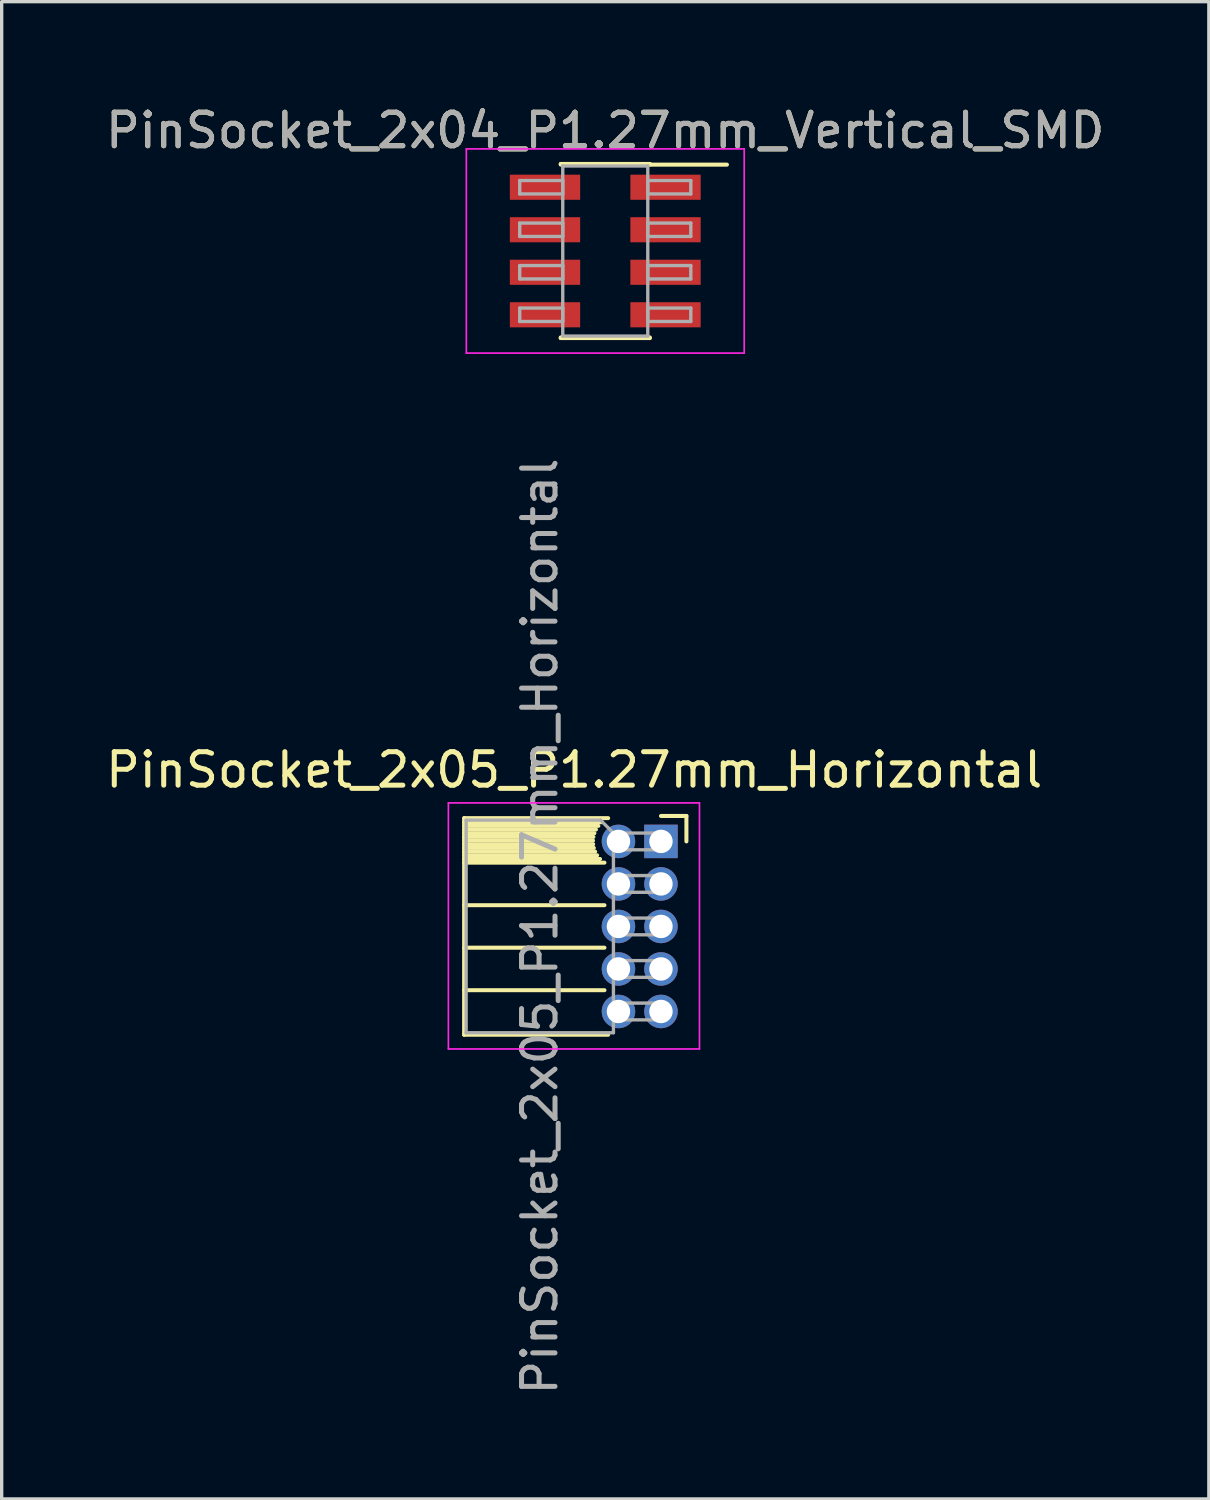
<source format=kicad_pcb>
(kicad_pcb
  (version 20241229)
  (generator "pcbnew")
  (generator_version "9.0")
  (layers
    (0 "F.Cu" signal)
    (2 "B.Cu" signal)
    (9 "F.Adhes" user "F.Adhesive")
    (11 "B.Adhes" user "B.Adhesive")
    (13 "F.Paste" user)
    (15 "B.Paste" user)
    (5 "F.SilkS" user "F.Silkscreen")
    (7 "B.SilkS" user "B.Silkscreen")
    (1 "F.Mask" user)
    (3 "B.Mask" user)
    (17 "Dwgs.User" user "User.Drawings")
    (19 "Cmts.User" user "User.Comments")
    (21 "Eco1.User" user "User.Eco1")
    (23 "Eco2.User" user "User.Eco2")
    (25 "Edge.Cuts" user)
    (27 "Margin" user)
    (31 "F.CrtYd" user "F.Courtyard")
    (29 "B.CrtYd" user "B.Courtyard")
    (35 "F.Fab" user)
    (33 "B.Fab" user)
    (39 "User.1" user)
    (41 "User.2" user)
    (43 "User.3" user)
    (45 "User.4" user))
  (footprint "PinSocket_2x04_P1.27mm_Vertical_SMD"
    (layer "F.Cu")
    (at 15.03 4.448)
    (property "Reference" "PinSocket_2x04_P1.27mm_Vertical_SMD" (at 0 -3.6 0) (layer "F.SilkS") (effects (font (size 1 1) (thickness 0.15))))
    (attr smd)
    (fp_line (start -1.33 -2.6) (end 1.33 -2.6) (stroke (width 0.12) (type solid)) (layer "F.SilkS"))
    (fp_line (start -1.33 -2.58) (end -1.33 -2.6) (stroke (width 0.12) (type solid)) (layer "F.SilkS"))
    (fp_line (start -1.33 2.58) (end -1.33 2.6) (stroke (width 0.12) (type solid)) (layer "F.SilkS"))
    (fp_line (start -1.33 2.6) (end 1.33 2.6) (stroke (width 0.12) (type solid)) (layer "F.SilkS"))
    (fp_line (start 1.33 -2.6) (end 1.33 -2.58) (stroke (width 0.12) (type solid)) (layer "F.SilkS"))
    (fp_line (start 1.33 2.6) (end 1.33 2.58) (stroke (width 0.12) (type solid)) (layer "F.SilkS"))
    (fp_line (start 3.635 -2.58) (end 1.33 -2.58) (stroke (width 0.12) (type solid)) (layer "F.SilkS"))
    (fp_line (start -4.15 -3.05) (end -4.15 3.05) (stroke (width 0.05) (type solid)) (layer "F.CrtYd"))
    (fp_line (start -4.15 3.05) (end 4.15 3.05) (stroke (width 0.05) (type solid)) (layer "F.CrtYd"))
    (fp_line (start 4.15 -3.05) (end -4.15 -3.05) (stroke (width 0.05) (type solid)) (layer "F.CrtYd"))
    (fp_line (start 4.15 3.05) (end 4.15 -3.05) (stroke (width 0.05) (type solid)) (layer "F.CrtYd"))
    (fp_line (start -2.555 -2.105) (end -1.27 -2.105) (stroke (width 0.1) (type solid)) (layer "F.Fab"))
    (fp_line (start -2.555 -1.705) (end -2.555 -2.105) (stroke (width 0.1) (type solid)) (layer "F.Fab"))
    (fp_line (start -2.555 -0.835) (end -1.27 -0.835) (stroke (width 0.1) (type solid)) (layer "F.Fab"))
    (fp_line (start -2.555 -0.435) (end -2.555 -0.835) (stroke (width 0.1) (type solid)) (layer "F.Fab"))
    (fp_line (start -2.555 0.435) (end -1.27 0.435) (stroke (width 0.1) (type solid)) (layer "F.Fab"))
    (fp_line (start -2.555 0.835) (end -2.555 0.435) (stroke (width 0.1) (type solid)) (layer "F.Fab"))
    (fp_line (start -2.555 1.705) (end -1.27 1.705) (stroke (width 0.1) (type solid)) (layer "F.Fab"))
    (fp_line (start -2.555 2.105) (end -2.555 1.705) (stroke (width 0.1) (type solid)) (layer "F.Fab"))
    (fp_line (start -1.27 -2.54) (end -1.27 2.54) (stroke (width 0.1) (type solid)) (layer "F.Fab"))
    (fp_line (start -1.27 -2.105) (end -1.27 -1.705) (stroke (width 0.1) (type solid)) (layer "F.Fab"))
    (fp_line (start -1.27 -1.705) (end -2.555 -1.705) (stroke (width 0.1) (type solid)) (layer "F.Fab"))
    (fp_line (start -1.27 -0.835) (end -1.27 -0.435) (stroke (width 0.1) (type solid)) (layer "F.Fab"))
    (fp_line (start -1.27 -0.435) (end -2.555 -0.435) (stroke (width 0.1) (type solid)) (layer "F.Fab"))
    (fp_line (start -1.27 0.435) (end -1.27 0.835) (stroke (width 0.1) (type solid)) (layer "F.Fab"))
    (fp_line (start -1.27 0.835) (end -2.555 0.835) (stroke (width 0.1) (type solid)) (layer "F.Fab"))
    (fp_line (start -1.27 1.705) (end -1.27 2.105) (stroke (width 0.1) (type solid)) (layer "F.Fab"))
    (fp_line (start -1.27 2.105) (end -2.555 2.105) (stroke (width 0.1) (type solid)) (layer "F.Fab"))
    (fp_line (start -1.27 2.54) (end 1.27 2.54) (stroke (width 0.1) (type solid)) (layer "F.Fab"))
    (fp_line (start 1.27 -2.54) (end -1.27 -2.54) (stroke (width 0.1) (type solid)) (layer "F.Fab"))
    (fp_line (start 1.27 -2.105) (end 1.27 -1.705) (stroke (width 0.1) (type solid)) (layer "F.Fab"))
    (fp_line (start 1.27 -1.705) (end 2.555 -1.705) (stroke (width 0.1) (type solid)) (layer "F.Fab"))
    (fp_line (start 1.27 -0.835) (end 1.27 -0.435) (stroke (width 0.1) (type solid)) (layer "F.Fab"))
    (fp_line (start 1.27 -0.435) (end 2.555 -0.435) (stroke (width 0.1) (type solid)) (layer "F.Fab"))
    (fp_line (start 1.27 0.435) (end 1.27 0.835) (stroke (width 0.1) (type solid)) (layer "F.Fab"))
    (fp_line (start 1.27 0.835) (end 2.555 0.835) (stroke (width 0.1) (type solid)) (layer "F.Fab"))
    (fp_line (start 1.27 1.705) (end 1.27 2.105) (stroke (width 0.1) (type solid)) (layer "F.Fab"))
    (fp_line (start 1.27 2.105) (end 2.555 2.105) (stroke (width 0.1) (type solid)) (layer "F.Fab"))
    (fp_line (start 1.27 2.54) (end 1.27 -2.54) (stroke (width 0.1) (type solid)) (layer "F.Fab"))
    (fp_line (start 2.555 -2.105) (end 1.27 -2.105) (stroke (width 0.1) (type solid)) (layer "F.Fab"))
    (fp_line (start 2.555 -1.705) (end 2.555 -2.105) (stroke (width 0.1) (type solid)) (layer "F.Fab"))
    (fp_line (start 2.555 -0.835) (end 1.27 -0.835) (stroke (width 0.1) (type solid)) (layer "F.Fab"))
    (fp_line (start 2.555 -0.435) (end 2.555 -0.835) (stroke (width 0.1) (type solid)) (layer "F.Fab"))
    (fp_line (start 2.555 0.435) (end 1.27 0.435) (stroke (width 0.1) (type solid)) (layer "F.Fab"))
    (fp_line (start 2.555 0.835) (end 2.555 0.435) (stroke (width 0.1) (type solid)) (layer "F.Fab"))
    (fp_line (start 2.555 1.705) (end 1.27 1.705) (stroke (width 0.1) (type solid)) (layer "F.Fab"))
    (fp_line (start 2.555 2.105) (end 2.555 1.705) (stroke (width 0.1) (type solid)) (layer "F.Fab"))
    (fp_text user "${REFERENCE}" (at 0 -3.6 0) (layer "F.Fab") (effects (font (size 1 1) (thickness 0.15))))
    (pad "1" smd rect (at 1.8 -1.905) (size 2.1 0.75) (layers "F.Cu" "F.Mask" "F.Paste"))
    (pad "2" smd rect (at -1.8 -1.905) (size 2.1 0.75) (layers "F.Cu" "F.Mask" "F.Paste"))
    (pad "3" smd rect (at 1.8 -0.635) (size 2.1 0.75) (layers "F.Cu" "F.Mask" "F.Paste"))
    (pad "4" smd rect (at -1.8 -0.635) (size 2.1 0.75) (layers "F.Cu" "F.Mask" "F.Paste"))
    (pad "5" smd rect (at 1.8 0.635) (size 2.1 0.75) (layers "F.Cu" "F.Mask" "F.Paste"))
    (pad "6" smd rect (at -1.8 0.635) (size 2.1 0.75) (layers "F.Cu" "F.Mask" "F.Paste"))
    (pad "7" smd rect (at 1.8 1.905) (size 2.1 0.75) (layers "F.Cu" "F.Mask" "F.Paste"))
    (pad "8" smd rect (at -1.8 1.905) (size 2.1 0.75) (layers "F.Cu" "F.Mask" "F.Paste")))
  (footprint "PinSocket_2x05_P1.27mm_Horizontal"
    (layer "F.Cu")
    (at 16.694 22.084)
    (property "Reference" "PinSocket_2x05_P1.27mm_Horizontal" (at -2.592 -2.135 0) (layer "F.SilkS") (effects (font (size 1 1) (thickness 0.15))))
    (attr through_hole)
    (fp_line (start -5.88 -0.695) (end -5.88 5.775) (stroke (width 0.12) (type solid)) (layer "F.SilkS"))
    (fp_line (start -5.88 -0.695) (end -1.578 -0.695) (stroke (width 0.12) (type solid)) (layer "F.SilkS"))
    (fp_line (start -5.88 -0.575) (end -1.767 -0.575) (stroke (width 0.12) (type solid)) (layer "F.SilkS"))
    (fp_line (start -5.88 -0.465) (end -1.871 -0.465) (stroke (width 0.12) (type solid)) (layer "F.SilkS"))
    (fp_line (start -5.88 -0.355) (end -1.942 -0.355) (stroke (width 0.12) (type solid)) (layer "F.SilkS"))
    (fp_line (start -5.88 -0.245) (end -1.989 -0.245) (stroke (width 0.12) (type solid)) (layer "F.SilkS"))
    (fp_line (start -5.88 -0.135) (end -2.018 -0.135) (stroke (width 0.12) (type solid)) (layer "F.SilkS"))
    (fp_line (start -5.88 -0.025) (end -2.03 -0.025) (stroke (width 0.12) (type solid)) (layer "F.SilkS"))
    (fp_line (start -5.88 0.085) (end -2.025 0.085) (stroke (width 0.12) (type solid)) (layer "F.SilkS"))
    (fp_line (start -5.88 0.195) (end -2.005 0.195) (stroke (width 0.12) (type solid)) (layer "F.SilkS"))
    (fp_line (start -5.88 0.305) (end -1.966 0.305) (stroke (width 0.12) (type solid)) (layer "F.SilkS"))
    (fp_line (start -5.88 0.415) (end -1.907 0.415) (stroke (width 0.12) (type solid)) (layer "F.SilkS"))
    (fp_line (start -5.88 0.525) (end -1.82 0.525) (stroke (width 0.12) (type solid)) (layer "F.SilkS"))
    (fp_line (start -5.88 0.635) (end -1.688 0.635) (stroke (width 0.12) (type solid)) (layer "F.SilkS"))
    (fp_line (start -5.88 1.905) (end -1.688 1.905) (stroke (width 0.12) (type solid)) (layer "F.SilkS"))
    (fp_line (start -5.88 3.175) (end -1.688 3.175) (stroke (width 0.12) (type solid)) (layer "F.SilkS"))
    (fp_line (start -5.88 4.445) (end -1.688 4.445) (stroke (width 0.12) (type solid)) (layer "F.SilkS"))
    (fp_line (start -5.88 5.775) (end -1.578 5.775) (stroke (width 0.12) (type solid)) (layer "F.SilkS"))
    (fp_line (start 0 -0.76) (end 0.76 -0.76) (stroke (width 0.12) (type solid)) (layer "F.SilkS"))
    (fp_line (start 0.76 -0.76) (end 0.76 0) (stroke (width 0.12) (type solid)) (layer "F.SilkS"))
    (fp_line (start -6.35 -1.15) (end -6.35 6.2) (stroke (width 0.05) (type solid)) (layer "F.CrtYd"))
    (fp_line (start -6.35 6.2) (end 1.15 6.2) (stroke (width 0.05) (type solid)) (layer "F.CrtYd"))
    (fp_line (start 1.15 -1.15) (end -6.35 -1.15) (stroke (width 0.05) (type solid)) (layer "F.CrtYd"))
    (fp_line (start 1.15 6.2) (end 1.15 -1.15) (stroke (width 0.05) (type solid)) (layer "F.CrtYd"))
    (fp_line (start -5.82 -0.635) (end -1.805 -0.635) (stroke (width 0.1) (type solid)) (layer "F.Fab"))
    (fp_line (start -5.82 5.715) (end -5.82 -0.635) (stroke (width 0.1) (type solid)) (layer "F.Fab"))
    (fp_line (start -1.805 -0.635) (end -1.42 -0.25) (stroke (width 0.1) (type solid)) (layer "F.Fab"))
    (fp_line (start -1.42 -0.25) (end -1.42 5.715) (stroke (width 0.1) (type solid)) (layer "F.Fab"))
    (fp_line (start -1.42 0.25) (end 0 0.25) (stroke (width 0.1) (type solid)) (layer "F.Fab"))
    (fp_line (start -1.42 1.52) (end 0 1.52) (stroke (width 0.1) (type solid)) (layer "F.Fab"))
    (fp_line (start -1.42 2.79) (end 0 2.79) (stroke (width 0.1) (type solid)) (layer "F.Fab"))
    (fp_line (start -1.42 4.06) (end 0 4.06) (stroke (width 0.1) (type solid)) (layer "F.Fab"))
    (fp_line (start -1.42 5.33) (end 0 5.33) (stroke (width 0.1) (type solid)) (layer "F.Fab"))
    (fp_line (start -1.42 5.715) (end -5.82 5.715) (stroke (width 0.1) (type solid)) (layer "F.Fab"))
    (fp_line (start 0 -0.25) (end -1.42 -0.25) (stroke (width 0.1) (type solid)) (layer "F.Fab"))
    (fp_line (start 0 0.25) (end 0 -0.25) (stroke (width 0.1) (type solid)) (layer "F.Fab"))
    (fp_line (start 0 1.02) (end -1.42 1.02) (stroke (width 0.1) (type solid)) (layer "F.Fab"))
    (fp_line (start 0 1.52) (end 0 1.02) (stroke (width 0.1) (type solid)) (layer "F.Fab"))
    (fp_line (start 0 2.29) (end -1.42 2.29) (stroke (width 0.1) (type solid)) (layer "F.Fab"))
    (fp_line (start 0 2.79) (end 0 2.29) (stroke (width 0.1) (type solid)) (layer "F.Fab"))
    (fp_line (start 0 3.56) (end -1.42 3.56) (stroke (width 0.1) (type solid)) (layer "F.Fab"))
    (fp_line (start 0 4.06) (end 0 3.56) (stroke (width 0.1) (type solid)) (layer "F.Fab"))
    (fp_line (start 0 4.83) (end -1.42 4.83) (stroke (width 0.1) (type solid)) (layer "F.Fab"))
    (fp_line (start 0 5.33) (end 0 4.83) (stroke (width 0.1) (type solid)) (layer "F.Fab"))
    (fp_text user "${REFERENCE}" (at -3.62 2.54 90) (layer "F.Fab") (effects (font (size 1 1) (thickness 0.15))))
    (pad "1" thru_hole rect (at 0 0) (size 1 1) (drill 0.7) (layers "*.Cu" "*.Mask"))
    (pad "2" thru_hole oval (at -1.27 0) (size 1 1) (drill 0.7) (layers "*.Cu" "*.Mask"))
    (pad "3" thru_hole oval (at 0 1.27) (size 1 1) (drill 0.7) (layers "*.Cu" "*.Mask"))
    (pad "4" thru_hole oval (at -1.27 1.27) (size 1 1) (drill 0.7) (layers "*.Cu" "*.Mask"))
    (pad "5" thru_hole oval (at 0 2.54) (size 1 1) (drill 0.7) (layers "*.Cu" "*.Mask"))
    (pad "6" thru_hole oval (at -1.27 2.54) (size 1 1) (drill 0.7) (layers "*.Cu" "*.Mask"))
    (pad "7" thru_hole oval (at 0 3.81) (size 1 1) (drill 0.7) (layers "*.Cu" "*.Mask"))
    (pad "8" thru_hole oval (at -1.27 3.81) (size 1 1) (drill 0.7) (layers "*.Cu" "*.Mask"))
    (pad "9" thru_hole oval (at 0 5.08) (size 1 1) (drill 0.7) (layers "*.Cu" "*.Mask"))
    (pad "10" thru_hole oval (at -1.27 5.08) (size 1 1) (drill 0.7) (layers "*.Cu" "*.Mask")))
  (gr_rect
    (start -3 -3)
    (end 33.06 41.726)
    (stroke (width 0.1) (type default))
    (fill no)
    (layer "Edge.Cuts")))
</source>
